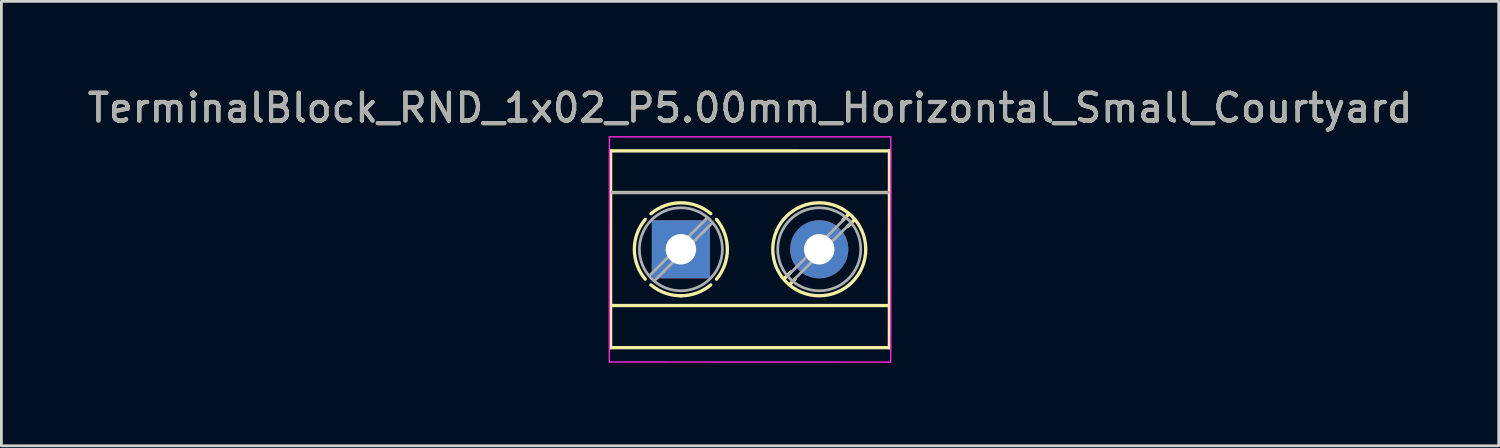
<source format=kicad_pcb>
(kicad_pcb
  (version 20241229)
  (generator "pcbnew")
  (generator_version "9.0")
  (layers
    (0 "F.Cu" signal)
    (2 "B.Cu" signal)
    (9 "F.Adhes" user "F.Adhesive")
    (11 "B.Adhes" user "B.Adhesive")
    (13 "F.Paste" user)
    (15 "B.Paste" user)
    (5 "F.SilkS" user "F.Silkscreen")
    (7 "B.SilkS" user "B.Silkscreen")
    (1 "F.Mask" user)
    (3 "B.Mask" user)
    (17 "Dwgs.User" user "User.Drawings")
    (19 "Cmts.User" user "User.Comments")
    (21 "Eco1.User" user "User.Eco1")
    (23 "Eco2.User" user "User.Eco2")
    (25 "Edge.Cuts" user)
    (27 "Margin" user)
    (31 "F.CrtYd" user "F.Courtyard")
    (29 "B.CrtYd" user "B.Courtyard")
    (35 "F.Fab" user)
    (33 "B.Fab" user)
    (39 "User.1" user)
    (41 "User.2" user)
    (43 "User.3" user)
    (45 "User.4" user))
  (footprint "TerminalBlock_RND_1x02_P5.00mm_Horizontal_Small_Courtyard"
    (layer "F.Cu")
    (at 21.554 5.958)
    (property "Reference" "TerminalBlock_RND_1x02_P5.00mm_Horizontal_Small_Courtyard" (at 2.5 -5.11 0) (layer "F.SilkS") (effects (font (size 1 1) (thickness 0.15))))
    (attr through_hole)
    (fp_line (start -2.54 -3.556) (end -2.54 3.556) (stroke (width 0.12) (type solid)) (layer "F.SilkS"))
    (fp_line (start -2.54 -3.556) (end 7.537 -3.555) (stroke (width 0.12) (type solid)) (layer "F.SilkS"))
    (fp_line (start -2.54 -2.05) (end 7.542 -2.051) (stroke (width 0.12) (type solid)) (layer "F.SilkS"))
    (fp_line (start -2.54 3.556) (end 7.535 3.556) (stroke (width 0.12) (type solid)) (layer "F.SilkS"))
    (fp_line (start -2.52 2.032) (end 7.535 2.032) (stroke (width 0.12) (type solid)) (layer "F.SilkS"))
    (fp_line (start 3.972 0.823) (end 3.726 1.069) (stroke (width 0.12) (type solid)) (layer "F.SilkS"))
    (fp_line (start 4.13 1.075) (end 3.931 1.274) (stroke (width 0.12) (type solid)) (layer "F.SilkS"))
    (fp_line (start 6.07 -1.275) (end 5.859 -1.064) (stroke (width 0.12) (type solid)) (layer "F.SilkS"))
    (fp_line (start 6.275 -1.069) (end 6.029 -0.823) (stroke (width 0.12) (type solid)) (layer "F.SilkS"))
    (fp_line (start 7.537 -3.555) (end 7.535 3.556) (stroke (width 0.12) (type solid)) (layer "F.SilkS"))
    (fp_arc (start -1.288062 1.079734) (mid -1.680752 -0.000826) (end -1.287 -1.081) (stroke (width 0.12) (type solid)) (layer "F.SilkS"))
    (fp_arc (start -1.079908 -1.287078) (mid 0.00006 -1.68011) (end 1.08 -1.287) (stroke (width 0.12) (type solid)) (layer "F.SilkS"))
    (fp_arc (start 0.028507 1.680511) (mid -0.561826 1.584071) (end -1.081 1.287) (stroke (width 0.12) (type solid)) (layer "F.SilkS"))
    (fp_arc (start 1.079883 1.286955) (mid 0.574594 1.578684) (end 0 1.68) (stroke (width 0.12) (type solid)) (layer "F.SilkS"))
    (fp_arc (start 1.287078 -1.079908) (mid 1.68011 0.00006) (end 1.287 1.08) (stroke (width 0.12) (type solid)) (layer "F.SilkS"))
    (fp_circle (center 5 0) (end 6.68 0) (stroke (width 0.12) (type solid)) (fill no) (layer "F.SilkS"))
    (fp_line (start -2.586 4.072) (end 7.582 4.076) (stroke (width 0.05) (type solid)) (layer "F.CrtYd"))
    (fp_line (start -2.583 -4.064) (end -2.586 4.072) (stroke (width 0.05) (type solid)) (layer "F.CrtYd"))
    (fp_line (start 7.582 4.076) (end 7.586 -4.064) (stroke (width 0.05) (type solid)) (layer "F.CrtYd"))
    (fp_line (start 7.586 -4.064) (end -2.583 -4.064) (stroke (width 0.05) (type solid)) (layer "F.CrtYd"))
    (fp_line (start -2.5 -2.05) (end 7.5 -2.05) (stroke (width 0.1) (type solid)) (layer "F.Fab"))
    (fp_line (start 0.955 -1.138) (end -1.138 0.955) (stroke (width 0.1) (type solid)) (layer "F.Fab"))
    (fp_line (start 1.138 -0.955) (end -0.955 1.138) (stroke (width 0.1) (type solid)) (layer "F.Fab"))
    (fp_line (start 5.955 -1.138) (end 3.863 0.955) (stroke (width 0.1) (type solid)) (layer "F.Fab"))
    (fp_line (start 6.138 -0.955) (end 4.046 1.138) (stroke (width 0.1) (type solid)) (layer "F.Fab"))
    (fp_circle (center 0 0) (end 1.5 0) (stroke (width 0.1) (type solid)) (fill no) (layer "F.Fab"))
    (fp_circle (center 5 0) (end 6.5 0) (stroke (width 0.1) (type solid)) (fill no) (layer "F.Fab"))
    (fp_text user "${REFERENCE}" (at 2.5 -5.11 0) (layer "F.Fab") (effects (font (size 1 1) (thickness 0.15))))
    (pad "1" thru_hole rect (at 0 0) (size 2.1 2.1) (drill 1.1) (layers "*.Cu" "*.Mask"))
    (pad "2" thru_hole circle (at 5 0) (size 2.1 2.1) (drill 1.1) (layers "*.Cu" "*.Mask")))
  (gr_rect
    (start -3 -3)
    (end 51.107 13.059)
    (stroke (width 0.1) (type default))
    (fill no)
    (layer "Edge.Cuts")))
</source>
